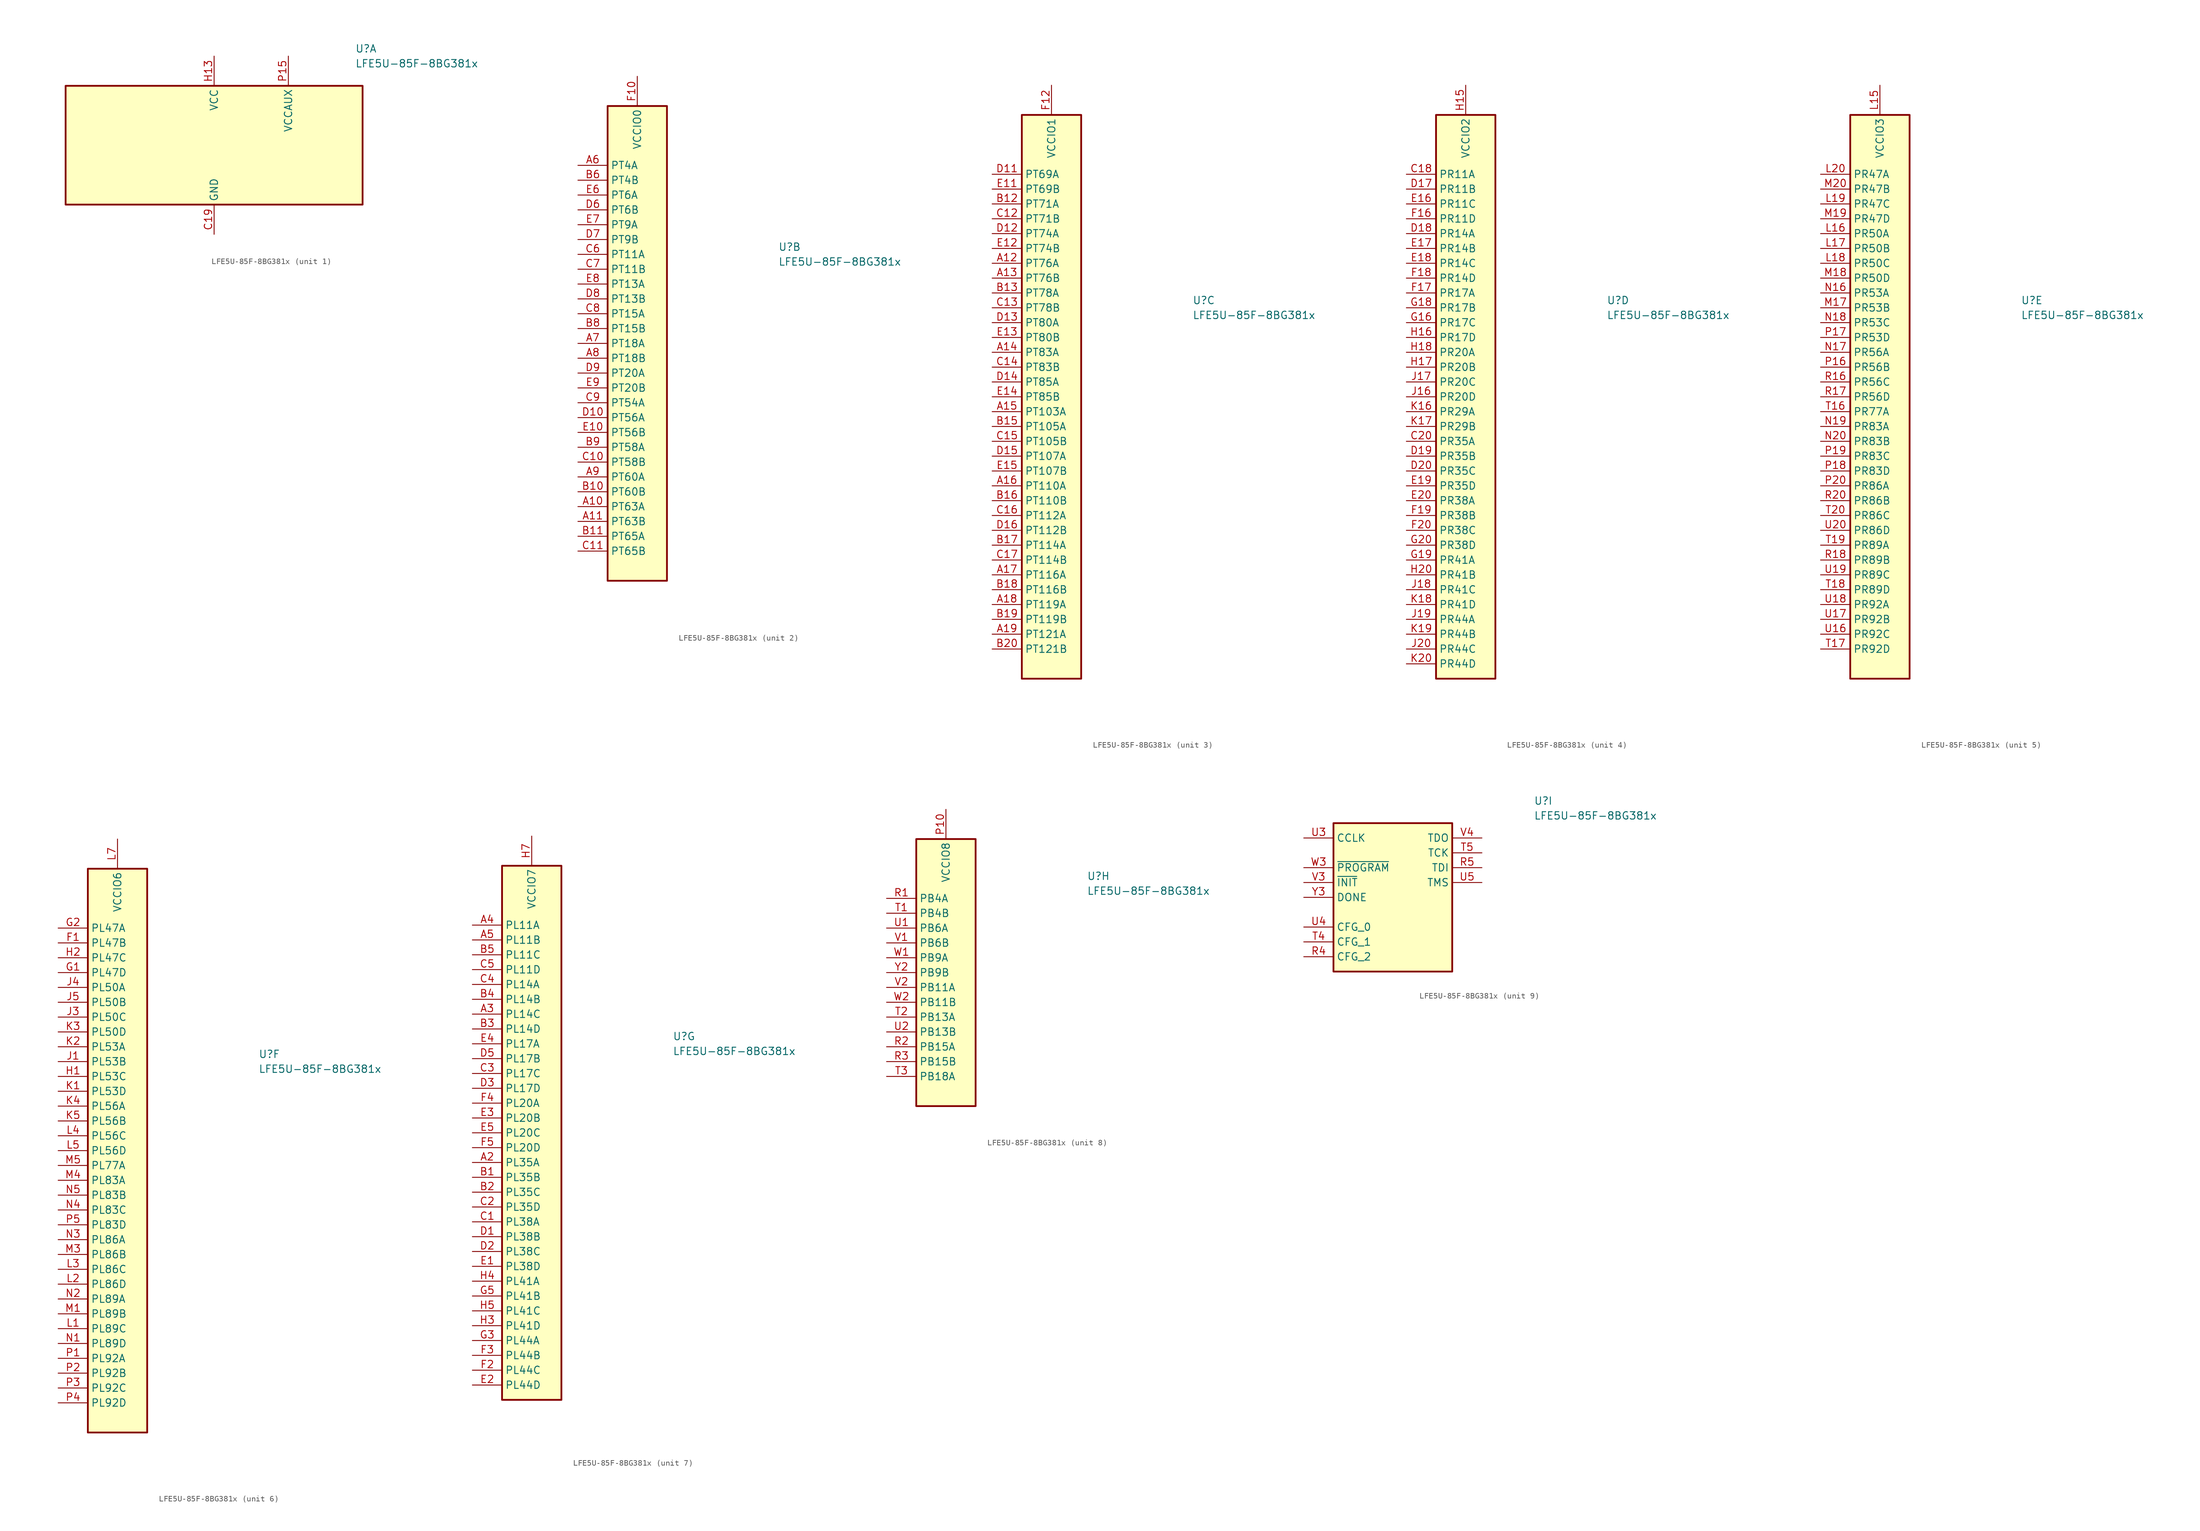
<source format=kicad_sym>
(kicad_symbol_lib
  (version 20200908)
  (generator kicad_symbol_editor)
  (symbol "FPGA_Lattice:LFE5U-85F-8BG381x"
    (property "Reference" "U"
      (at 24.13 16.51 0)
      (effects (font (size 1.27 1.27)) (justify left)))
    (property "Value" "LFE5U-85F-8BG381x"
      (at 24.13 13.97 0)
      (effects (font (size 1.27 1.27)) (justify left)))
    (property "ki_locked" ""
      (at 0 0 0)
      (effects (font (size 1.27 1.27))))
    (symbol "LFE5U-85F-8BG381x_1_1"
      (rectangle (start -25.4 10.16) (end 25.4 -10.16) (stroke (width 0.305)) (fill (type background)))
      (pin passive line (at 0 -15.24 90) (length 5.08) hide (name "GND" (effects (font (size 1.27 1.27)))) (number "U10" (effects (font (size 1.27 1.27)))))
      (pin passive line (at 0 -15.24 90) (length 5.08) hide (name "GND" (effects (font (size 1.27 1.27)))) (number "U11" (effects (font (size 1.27 1.27)))))
      (pin passive line (at 0 -15.24 90) (length 5.08) hide (name "GND" (effects (font (size 1.27 1.27)))) (number "U12" (effects (font (size 1.27 1.27)))))
      (pin passive line (at 0 -15.24 90) (length 5.08) hide (name "GND" (effects (font (size 1.27 1.27)))) (number "U13" (effects (font (size 1.27 1.27)))))
      (pin passive line (at 0 -15.24 90) (length 5.08) hide (name "GND" (effects (font (size 1.27 1.27)))) (number "U14" (effects (font (size 1.27 1.27)))))
      (pin passive line (at 0 -15.24 90) (length 5.08) hide (name "GND" (effects (font (size 1.27 1.27)))) (number "U7" (effects (font (size 1.27 1.27)))))
      (pin passive line (at 0 -15.24 90) (length 5.08) hide (name "GND" (effects (font (size 1.27 1.27)))) (number "U8" (effects (font (size 1.27 1.27)))))
      (pin passive line (at 0 -15.24 90) (length 5.08) hide (name "GND" (effects (font (size 1.27 1.27)))) (number "U9" (effects (font (size 1.27 1.27)))))
      (pin passive line (at 0 -15.24 90) (length 5.08) hide (name "GND" (effects (font (size 1.27 1.27)))) (number "V12" (effects (font (size 1.27 1.27)))))
      (pin passive line (at 0 -15.24 90) (length 5.08) hide (name "GND" (effects (font (size 1.27 1.27)))) (number "V13" (effects (font (size 1.27 1.27)))))
      (pin passive line (at 0 -15.24 90) (length 5.08) hide (name "GND" (effects (font (size 1.27 1.27)))) (number "V14" (effects (font (size 1.27 1.27)))))
      (pin passive line (at 0 -15.24 90) (length 5.08) hide (name "GND" (effects (font (size 1.27 1.27)))) (number "V15" (effects (font (size 1.27 1.27)))))
      (pin passive line (at 0 -15.24 90) (length 5.08) hide (name "GND" (effects (font (size 1.27 1.27)))) (number "V16" (effects (font (size 1.27 1.27)))))
      (pin passive line (at 0 -15.24 90) (length 5.08) hide (name "GND" (effects (font (size 1.27 1.27)))) (number "V19" (effects (font (size 1.27 1.27)))))
      (pin passive line (at 0 -15.24 90) (length 5.08) hide (name "GND" (effects (font (size 1.27 1.27)))) (number "V20" (effects (font (size 1.27 1.27)))))
      (pin passive line (at 0 -15.24 90) (length 5.08) hide (name "GND" (effects (font (size 1.27 1.27)))) (number "V5" (effects (font (size 1.27 1.27)))))
      (pin passive line (at 0 -15.24 90) (length 5.08) hide (name "GND" (effects (font (size 1.27 1.27)))) (number "V6" (effects (font (size 1.27 1.27)))))
      (pin passive line (at 0 -15.24 90) (length 5.08) hide (name "GND" (effects (font (size 1.27 1.27)))) (number "V7" (effects (font (size 1.27 1.27)))))
      (pin passive line (at 0 -15.24 90) (length 5.08) hide (name "GND" (effects (font (size 1.27 1.27)))) (number "V8" (effects (font (size 1.27 1.27)))))
      (pin passive line (at 0 -15.24 90) (length 5.08) hide (name "GND" (effects (font (size 1.27 1.27)))) (number "V9" (effects (font (size 1.27 1.27)))))
      (pin passive line (at 0 -15.24 90) (length 5.08) hide (name "GND" (effects (font (size 1.27 1.27)))) (number "W12" (effects (font (size 1.27 1.27)))))
      (pin passive line (at 0 -15.24 90) (length 5.08) hide (name "GND" (effects (font (size 1.27 1.27)))) (number "W15" (effects (font (size 1.27 1.27)))))
      (pin passive line (at 0 -15.24 90) (length 5.08) hide (name "GND" (effects (font (size 1.27 1.27)))) (number "W16" (effects (font (size 1.27 1.27)))))
      (pin passive line (at 0 -15.24 90) (length 5.08) hide (name "GND" (effects (font (size 1.27 1.27)))) (number "W19" (effects (font (size 1.27 1.27)))))
      (pin passive line (at 0 -15.24 90) (length 5.08) hide (name "GND" (effects (font (size 1.27 1.27)))) (number "W6" (effects (font (size 1.27 1.27)))))
      (pin passive line (at 0 -15.24 90) (length 5.08) hide (name "GND" (effects (font (size 1.27 1.27)))) (number "W7" (effects (font (size 1.27 1.27)))))
      (pin passive line (at 0 -15.24 90) (length 5.08) hide (name "GND" (effects (font (size 1.27 1.27)))) (number "B14" (effects (font (size 1.27 1.27)))))
      (pin passive line (at 0 -15.24 90) (length 5.08) hide (name "GND" (effects (font (size 1.27 1.27)))) (number "B7" (effects (font (size 1.27 1.27)))))
      (pin power_in line (at 0 -15.24 90) (length 5.08) (name "GND" (effects (font (size 1.27 1.27)))) (number "C19" (effects (font (size 1.27 1.27)))))
      (pin passive line (at 0 -15.24 90) (length 5.08) hide (name "GND" (effects (font (size 1.27 1.27)))) (number "D4" (effects (font (size 1.27 1.27)))))
      (pin passive line (at 0 -15.24 90) (length 5.08) hide (name "GND" (effects (font (size 1.27 1.27)))) (number "F13" (effects (font (size 1.27 1.27)))))
      (pin passive line (at 0 -15.24 90) (length 5.08) hide (name "GND" (effects (font (size 1.27 1.27)))) (number "F14" (effects (font (size 1.27 1.27)))))
      (pin passive line (at 12.7 15.24 270) (length 5.08) hide (name "VCCAUX" (effects (font (size 1.27 1.27)))) (number "F15" (effects (font (size 1.27 1.27)))))
      (pin passive line (at 12.7 15.24 270) (length 5.08) hide (name "VCCAUX" (effects (font (size 1.27 1.27)))) (number "F6" (effects (font (size 1.27 1.27)))))
      (pin passive line (at 0 -15.24 90) (length 5.08) hide (name "GND" (effects (font (size 1.27 1.27)))) (number "F7" (effects (font (size 1.27 1.27)))))
      (pin passive line (at 0 -15.24 90) (length 5.08) hide (name "GND" (effects (font (size 1.27 1.27)))) (number "F8" (effects (font (size 1.27 1.27)))))
      (pin passive line (at 0 -15.24 90) (length 5.08) hide (name "GND" (effects (font (size 1.27 1.27)))) (number "G10" (effects (font (size 1.27 1.27)))))
      (pin passive line (at 0 -15.24 90) (length 5.08) hide (name "GND" (effects (font (size 1.27 1.27)))) (number "G11" (effects (font (size 1.27 1.27)))))
      (pin passive line (at 0 -15.24 90) (length 5.08) hide (name "GND" (effects (font (size 1.27 1.27)))) (number "G12" (effects (font (size 1.27 1.27)))))
      (pin passive line (at 0 -15.24 90) (length 5.08) hide (name "GND" (effects (font (size 1.27 1.27)))) (number "G13" (effects (font (size 1.27 1.27)))))
      (pin passive line (at 0 -15.24 90) (length 5.08) hide (name "GND" (effects (font (size 1.27 1.27)))) (number "G14" (effects (font (size 1.27 1.27)))))
      (pin passive line (at 0 -15.24 90) (length 5.08) hide (name "GND" (effects (font (size 1.27 1.27)))) (number "G15" (effects (font (size 1.27 1.27)))))
      (pin passive line (at 0 -15.24 90) (length 5.08) hide (name "GND" (effects (font (size 1.27 1.27)))) (number "G17" (effects (font (size 1.27 1.27)))))
      (pin passive line (at 0 -15.24 90) (length 5.08) hide (name "GND" (effects (font (size 1.27 1.27)))) (number "G4" (effects (font (size 1.27 1.27)))))
      (pin passive line (at 0 -15.24 90) (length 5.08) hide (name "GND" (effects (font (size 1.27 1.27)))) (number "G6" (effects (font (size 1.27 1.27)))))
      (pin passive line (at 0 -15.24 90) (length 5.08) hide (name "GND" (effects (font (size 1.27 1.27)))) (number "G7" (effects (font (size 1.27 1.27)))))
      (pin passive line (at 0 -15.24 90) (length 5.08) hide (name "GND" (effects (font (size 1.27 1.27)))) (number "G8" (effects (font (size 1.27 1.27)))))
      (pin passive line (at 0 -15.24 90) (length 5.08) hide (name "GND" (effects (font (size 1.27 1.27)))) (number "G9" (effects (font (size 1.27 1.27)))))
      (pin passive line (at 0 15.24 270) (length 5.08) hide (name "VCC" (effects (font (size 1.27 1.27)))) (number "H10" (effects (font (size 1.27 1.27)))))
      (pin passive line (at 0 15.24 270) (length 5.08) hide (name "VCC" (effects (font (size 1.27 1.27)))) (number "H11" (effects (font (size 1.27 1.27)))))
      (pin passive line (at 0 15.24 270) (length 5.08) hide (name "VCC" (effects (font (size 1.27 1.27)))) (number "H12" (effects (font (size 1.27 1.27)))))
      (pin power_in line (at 0 15.24 270) (length 5.08) (name "VCC" (effects (font (size 1.27 1.27)))) (number "H13" (effects (font (size 1.27 1.27)))))
      (pin passive line (at 0 -15.24 90) (length 5.08) hide (name "GND" (effects (font (size 1.27 1.27)))) (number "H19" (effects (font (size 1.27 1.27)))))
      (pin passive line (at 0 15.24 270) (length 5.08) hide (name "VCC" (effects (font (size 1.27 1.27)))) (number "H8" (effects (font (size 1.27 1.27)))))
      (pin passive line (at 0 15.24 270) (length 5.08) hide (name "VCC" (effects (font (size 1.27 1.27)))) (number "H9" (effects (font (size 1.27 1.27)))))
      (pin passive line (at 0 -15.24 90) (length 5.08) hide (name "GND" (effects (font (size 1.27 1.27)))) (number "J10" (effects (font (size 1.27 1.27)))))
      (pin passive line (at 0 -15.24 90) (length 5.08) hide (name "GND" (effects (font (size 1.27 1.27)))) (number "J11" (effects (font (size 1.27 1.27)))))
      (pin passive line (at 0 -15.24 90) (length 5.08) hide (name "GND" (effects (font (size 1.27 1.27)))) (number "J12" (effects (font (size 1.27 1.27)))))
      (pin passive line (at 0 15.24 270) (length 5.08) hide (name "VCC" (effects (font (size 1.27 1.27)))) (number "J13" (effects (font (size 1.27 1.27)))))
      (pin passive line (at 0 -15.24 90) (length 5.08) hide (name "GND" (effects (font (size 1.27 1.27)))) (number "J14" (effects (font (size 1.27 1.27)))))
      (pin passive line (at 0 -15.24 90) (length 5.08) hide (name "GND" (effects (font (size 1.27 1.27)))) (number "J2" (effects (font (size 1.27 1.27)))))
      (pin passive line (at 0 -15.24 90) (length 5.08) hide (name "GND" (effects (font (size 1.27 1.27)))) (number "J7" (effects (font (size 1.27 1.27)))))
      (pin passive line (at 0 15.24 270) (length 5.08) hide (name "VCC" (effects (font (size 1.27 1.27)))) (number "J8" (effects (font (size 1.27 1.27)))))
      (pin passive line (at 0 -15.24 90) (length 5.08) hide (name "GND" (effects (font (size 1.27 1.27)))) (number "J9" (effects (font (size 1.27 1.27)))))
      (pin passive line (at 0 -15.24 90) (length 5.08) hide (name "GND" (effects (font (size 1.27 1.27)))) (number "K10" (effects (font (size 1.27 1.27)))))
      (pin passive line (at 0 -15.24 90) (length 5.08) hide (name "GND" (effects (font (size 1.27 1.27)))) (number "K11" (effects (font (size 1.27 1.27)))))
      (pin passive line (at 0 -15.24 90) (length 5.08) hide (name "GND" (effects (font (size 1.27 1.27)))) (number "K12" (effects (font (size 1.27 1.27)))))
      (pin passive line (at 0 15.24 270) (length 5.08) hide (name "VCC" (effects (font (size 1.27 1.27)))) (number "K13" (effects (font (size 1.27 1.27)))))
      (pin passive line (at 0 -15.24 90) (length 5.08) hide (name "GND" (effects (font (size 1.27 1.27)))) (number "K14" (effects (font (size 1.27 1.27)))))
      (pin passive line (at 0 -15.24 90) (length 5.08) hide (name "GND" (effects (font (size 1.27 1.27)))) (number "K15" (effects (font (size 1.27 1.27)))))
      (pin passive line (at 0 -15.24 90) (length 5.08) hide (name "GND" (effects (font (size 1.27 1.27)))) (number "K6" (effects (font (size 1.27 1.27)))))
      (pin passive line (at 0 -15.24 90) (length 5.08) hide (name "GND" (effects (font (size 1.27 1.27)))) (number "K7" (effects (font (size 1.27 1.27)))))
      (pin passive line (at 0 15.24 270) (length 5.08) hide (name "VCC" (effects (font (size 1.27 1.27)))) (number "K8" (effects (font (size 1.27 1.27)))))
      (pin passive line (at 0 -15.24 90) (length 5.08) hide (name "GND" (effects (font (size 1.27 1.27)))) (number "K9" (effects (font (size 1.27 1.27)))))
      (pin passive line (at 0 -15.24 90) (length 5.08) hide (name "GND" (effects (font (size 1.27 1.27)))) (number "L10" (effects (font (size 1.27 1.27)))))
      (pin passive line (at 0 -15.24 90) (length 5.08) hide (name "GND" (effects (font (size 1.27 1.27)))) (number "L11" (effects (font (size 1.27 1.27)))))
      (pin passive line (at 0 -15.24 90) (length 5.08) hide (name "GND" (effects (font (size 1.27 1.27)))) (number "L12" (effects (font (size 1.27 1.27)))))
      (pin passive line (at 0 15.24 270) (length 5.08) hide (name "VCC" (effects (font (size 1.27 1.27)))) (number "L13" (effects (font (size 1.27 1.27)))))
      (pin passive line (at 0 15.24 270) (length 5.08) hide (name "VCC" (effects (font (size 1.27 1.27)))) (number "L8" (effects (font (size 1.27 1.27)))))
      (pin passive line (at 0 -15.24 90) (length 5.08) hide (name "GND" (effects (font (size 1.27 1.27)))) (number "L9" (effects (font (size 1.27 1.27)))))
      (pin passive line (at 0 -15.24 90) (length 5.08) hide (name "GND" (effects (font (size 1.27 1.27)))) (number "M10" (effects (font (size 1.27 1.27)))))
      (pin passive line (at 0 -15.24 90) (length 5.08) hide (name "GND" (effects (font (size 1.27 1.27)))) (number "M11" (effects (font (size 1.27 1.27)))))
      (pin passive line (at 0 -15.24 90) (length 5.08) hide (name "GND" (effects (font (size 1.27 1.27)))) (number "M12" (effects (font (size 1.27 1.27)))))
      (pin passive line (at 0 15.24 270) (length 5.08) hide (name "VCC" (effects (font (size 1.27 1.27)))) (number "M13" (effects (font (size 1.27 1.27)))))
      (pin passive line (at 0 -15.24 90) (length 5.08) hide (name "GND" (effects (font (size 1.27 1.27)))) (number "M14" (effects (font (size 1.27 1.27)))))
      (pin passive line (at 0 -15.24 90) (length 5.08) hide (name "GND" (effects (font (size 1.27 1.27)))) (number "M16" (effects (font (size 1.27 1.27)))))
      (pin passive line (at 0 -15.24 90) (length 5.08) hide (name "GND" (effects (font (size 1.27 1.27)))) (number "M2" (effects (font (size 1.27 1.27)))))
      (pin passive line (at 0 -15.24 90) (length 5.08) hide (name "GND" (effects (font (size 1.27 1.27)))) (number "M7" (effects (font (size 1.27 1.27)))))
      (pin passive line (at 0 15.24 270) (length 5.08) hide (name "VCC" (effects (font (size 1.27 1.27)))) (number "M8" (effects (font (size 1.27 1.27)))))
      (pin passive line (at 0 -15.24 90) (length 5.08) hide (name "GND" (effects (font (size 1.27 1.27)))) (number "M9" (effects (font (size 1.27 1.27)))))
      (pin passive line (at 0 15.24 270) (length 5.08) hide (name "VCC" (effects (font (size 1.27 1.27)))) (number "N10" (effects (font (size 1.27 1.27)))))
      (pin passive line (at 0 15.24 270) (length 5.08) hide (name "VCC" (effects (font (size 1.27 1.27)))) (number "N11" (effects (font (size 1.27 1.27)))))
      (pin passive line (at 0 15.24 270) (length 5.08) hide (name "VCC" (effects (font (size 1.27 1.27)))) (number "N12" (effects (font (size 1.27 1.27)))))
      (pin passive line (at 0 15.24 270) (length 5.08) hide (name "VCC" (effects (font (size 1.27 1.27)))) (number "N13" (effects (font (size 1.27 1.27)))))
      (pin passive line (at 0 -15.24 90) (length 5.08) hide (name "GND" (effects (font (size 1.27 1.27)))) (number "N14" (effects (font (size 1.27 1.27)))))
      (pin passive line (at 0 -15.24 90) (length 5.08) hide (name "GND" (effects (font (size 1.27 1.27)))) (number "N15" (effects (font (size 1.27 1.27)))))
      (pin passive line (at 0 -15.24 90) (length 5.08) hide (name "GND" (effects (font (size 1.27 1.27)))) (number "N6" (effects (font (size 1.27 1.27)))))
      (pin passive line (at 0 -15.24 90) (length 5.08) hide (name "GND" (effects (font (size 1.27 1.27)))) (number "N7" (effects (font (size 1.27 1.27)))))
      (pin passive line (at 0 15.24 270) (length 5.08) hide (name "VCC" (effects (font (size 1.27 1.27)))) (number "N8" (effects (font (size 1.27 1.27)))))
      (pin passive line (at 0 15.24 270) (length 5.08) hide (name "VCC" (effects (font (size 1.27 1.27)))) (number "N9" (effects (font (size 1.27 1.27)))))
      (pin passive line (at 0 -15.24 90) (length 5.08) hide (name "GND" (effects (font (size 1.27 1.27)))) (number "P11" (effects (font (size 1.27 1.27)))))
      (pin passive line (at 0 -15.24 90) (length 5.08) hide (name "GND" (effects (font (size 1.27 1.27)))) (number "P12" (effects (font (size 1.27 1.27)))))
      (pin passive line (at 0 -15.24 90) (length 5.08) hide (name "GND" (effects (font (size 1.27 1.27)))) (number "P13" (effects (font (size 1.27 1.27)))))
      (pin passive line (at 0 -15.24 90) (length 5.08) hide (name "GND" (effects (font (size 1.27 1.27)))) (number "P14" (effects (font (size 1.27 1.27)))))
      (pin power_in line (at 12.7 15.24 270) (length 5.08) (name "VCCAUX" (effects (font (size 1.27 1.27)))) (number "P15" (effects (font (size 1.27 1.27)))))
      (pin passive line (at 12.7 15.24 270) (length 5.08) hide (name "VCCAUX" (effects (font (size 1.27 1.27)))) (number "P6" (effects (font (size 1.27 1.27)))))
      (pin passive line (at 0 -15.24 90) (length 5.08) hide (name "GND" (effects (font (size 1.27 1.27)))) (number "P7" (effects (font (size 1.27 1.27)))))
      (pin passive line (at 0 -15.24 90) (length 5.08) hide (name "GND" (effects (font (size 1.27 1.27)))) (number "P8" (effects (font (size 1.27 1.27)))))
      (pin passive line (at 0 -15.24 90) (length 5.08) hide (name "GND" (effects (font (size 1.27 1.27)))) (number "R19" (effects (font (size 1.27 1.27)))))
      (pin passive line (at 0 -15.24 90) (length 5.08) hide (name "GND" (effects (font (size 1.27 1.27)))) (number "T10" (effects (font (size 1.27 1.27)))))
      (pin passive line (at 0 -15.24 90) (length 5.08) hide (name "GND" (effects (font (size 1.27 1.27)))) (number "T11" (effects (font (size 1.27 1.27)))))
      (pin passive line (at 0 -15.24 90) (length 5.08) hide (name "GND" (effects (font (size 1.27 1.27)))) (number "T12" (effects (font (size 1.27 1.27)))))
      (pin passive line (at 0 -15.24 90) (length 5.08) hide (name "GND" (effects (font (size 1.27 1.27)))) (number "T13" (effects (font (size 1.27 1.27)))))
      (pin passive line (at 0 -15.24 90) (length 5.08) hide (name "GND" (effects (font (size 1.27 1.27)))) (number "T14" (effects (font (size 1.27 1.27)))))
      (pin passive line (at 0 -15.24 90) (length 5.08) hide (name "GND" (effects (font (size 1.27 1.27)))) (number "T15" (effects (font (size 1.27 1.27)))))
      (pin passive line (at 0 -15.24 90) (length 5.08) hide (name "GND" (effects (font (size 1.27 1.27)))) (number "T6" (effects (font (size 1.27 1.27)))))
      (pin passive line (at 0 -15.24 90) (length 5.08) hide (name "GND" (effects (font (size 1.27 1.27)))) (number "T7" (effects (font (size 1.27 1.27)))))
      (pin passive line (at 0 -15.24 90) (length 5.08) hide (name "GND" (effects (font (size 1.27 1.27)))) (number "T8" (effects (font (size 1.27 1.27)))))
      (pin passive line (at 0 -15.24 90) (length 5.08) hide (name "GND" (effects (font (size 1.27 1.27)))) (number "T9" (effects (font (size 1.27 1.27)))))
      (pin passive line (at 0 -15.24 90) (length 5.08) hide (name "GND" (effects (font (size 1.27 1.27)))) (number "U15" (effects (font (size 1.27 1.27)))))
      (pin passive line (at 0 -15.24 90) (length 5.08) hide (name "GND" (effects (font (size 1.27 1.27)))) (number "U6" (effects (font (size 1.27 1.27)))))
      (pin passive line (at 0 -15.24 90) (length 5.08) hide (name "GND" (effects (font (size 1.27 1.27)))) (number "V10" (effects (font (size 1.27 1.27)))))
      (pin passive line (at 0 -15.24 90) (length 5.08) hide (name "GND" (effects (font (size 1.27 1.27)))) (number "V11" (effects (font (size 1.27 1.27)))))
      (pin passive line (at 0 -15.24 90) (length 5.08) hide (name "GND" (effects (font (size 1.27 1.27)))) (number "V17" (effects (font (size 1.27 1.27)))))
      (pin passive line (at 0 -15.24 90) (length 5.08) hide (name "GND" (effects (font (size 1.27 1.27)))) (number "V18" (effects (font (size 1.27 1.27)))))
      (pin unconnected line (at 25.4 -5.08 180) (length 5.08) hide (name "RESERVED" (effects (font (size 1.27 1.27)))) (number "W13" (effects (font (size 1.27 1.27)))))
      (pin unconnected line (at 25.4 -2.54 180) (length 5.08) hide (name "RESERVED" (effects (font (size 1.27 1.27)))) (number "W14" (effects (font (size 1.27 1.27)))))
      (pin unconnected line (at 25.4 0 180) (length 5.08) hide (name "RESERVED" (effects (font (size 1.27 1.27)))) (number "W17" (effects (font (size 1.27 1.27)))))
      (pin unconnected line (at 25.4 2.54 180) (length 5.08) hide (name "RESERVED" (effects (font (size 1.27 1.27)))) (number "W18" (effects (font (size 1.27 1.27)))))
      (pin passive line (at 0 -15.24 90) (length 5.08) hide (name "GND" (effects (font (size 1.27 1.27)))) (number "W20" (effects (font (size 1.27 1.27)))))
      (pin unconnected line (at -25.4 2.54 0) (length 5.08) hide (name "RESERVED" (effects (font (size 1.27 1.27)))) (number "W4" (effects (font (size 1.27 1.27)))))
      (pin unconnected line (at -25.4 0 0) (length 5.08) hide (name "RESERVED" (effects (font (size 1.27 1.27)))) (number "W5" (effects (font (size 1.27 1.27)))))
      (pin unconnected line (at -25.4 -2.54 0) (length 5.08) hide (name "RESERVED" (effects (font (size 1.27 1.27)))) (number "W8" (effects (font (size 1.27 1.27)))))
      (pin unconnected line (at -25.4 -5.08 0) (length 5.08) hide (name "RESERVED" (effects (font (size 1.27 1.27)))) (number "W9" (effects (font (size 1.27 1.27)))))
      (pin passive line (at 0 -15.24 90) (length 5.08) hide (name "GND" (effects (font (size 1.27 1.27)))) (number "Y11" (effects (font (size 1.27 1.27)))))
      (pin passive line (at 0 -15.24 90) (length 5.08) hide (name "GND" (effects (font (size 1.27 1.27)))) (number "Y12" (effects (font (size 1.27 1.27)))))
      (pin passive line (at 0 -15.24 90) (length 5.08) hide (name "GND" (effects (font (size 1.27 1.27)))) (number "Y14" (effects (font (size 1.27 1.27)))))
      (pin passive line (at 0 -15.24 90) (length 5.08) hide (name "GND" (effects (font (size 1.27 1.27)))) (number "Y15" (effects (font (size 1.27 1.27)))))
      (pin passive line (at 0 -15.24 90) (length 5.08) hide (name "GND" (effects (font (size 1.27 1.27)))) (number "Y16" (effects (font (size 1.27 1.27)))))
      (pin passive line (at 0 -15.24 90) (length 5.08) hide (name "GND" (effects (font (size 1.27 1.27)))) (number "Y17" (effects (font (size 1.27 1.27)))))
      (pin passive line (at 0 -15.24 90) (length 5.08) hide (name "GND" (effects (font (size 1.27 1.27)))) (number "Y19" (effects (font (size 1.27 1.27)))))
      (pin passive line (at 0 -15.24 90) (length 5.08) hide (name "GND" (effects (font (size 1.27 1.27)))) (number "Y5" (effects (font (size 1.27 1.27)))))
      (pin passive line (at 0 -15.24 90) (length 5.08) hide (name "GND" (effects (font (size 1.27 1.27)))) (number "Y6" (effects (font (size 1.27 1.27)))))
      (pin passive line (at 0 -15.24 90) (length 5.08) hide (name "GND" (effects (font (size 1.27 1.27)))) (number "Y7" (effects (font (size 1.27 1.27)))))
      (pin passive line (at 0 -15.24 90) (length 5.08) hide (name "GND" (effects (font (size 1.27 1.27)))) (number "Y8" (effects (font (size 1.27 1.27))))))
    (symbol "LFE5U-85F-8BG381x_2_1"
      (rectangle (start -5.08 40.64) (end 5.08 -40.64) (stroke (width 0.305)) (fill (type background)))
      (pin bidirectional line (at -10.16 -27.94 0) (length 5.08) (name "PT63A" (effects (font (size 1.27 1.27)))) (number "A10" (effects (font (size 1.27 1.27)))))
      (pin bidirectional line (at -10.16 -30.48 0) (length 5.08) (name "PT63B" (effects (font (size 1.27 1.27)))) (number "A11" (effects (font (size 1.27 1.27)))))
      (pin bidirectional line (at -10.16 30.48 0) (length 5.08) (name "PT4A" (effects (font (size 1.27 1.27)))) (number "A6" (effects (font (size 1.27 1.27)))))
      (pin bidirectional line (at -10.16 0 0) (length 5.08) (name "PT18A" (effects (font (size 1.27 1.27)))) (number "A7" (effects (font (size 1.27 1.27)))))
      (pin bidirectional line (at -10.16 -2.54 0) (length 5.08) (name "PT18B" (effects (font (size 1.27 1.27)))) (number "A8" (effects (font (size 1.27 1.27)))))
      (pin bidirectional line (at -10.16 -22.86 0) (length 5.08) (name "PT60A" (effects (font (size 1.27 1.27)))) (number "A9" (effects (font (size 1.27 1.27)))))
      (pin bidirectional line (at -10.16 -25.4 0) (length 5.08) (name "PT60B" (effects (font (size 1.27 1.27)))) (number "B10" (effects (font (size 1.27 1.27)))))
      (pin bidirectional line (at -10.16 -33.02 0) (length 5.08) (name "PT65A" (effects (font (size 1.27 1.27)))) (number "B11" (effects (font (size 1.27 1.27)))))
      (pin bidirectional line (at -10.16 27.94 0) (length 5.08) (name "PT4B" (effects (font (size 1.27 1.27)))) (number "B6" (effects (font (size 1.27 1.27)))))
      (pin bidirectional line (at -10.16 2.54 0) (length 5.08) (name "PT15B" (effects (font (size 1.27 1.27)))) (number "B8" (effects (font (size 1.27 1.27)))))
      (pin bidirectional line (at -10.16 -17.78 0) (length 5.08) (name "PT58A" (effects (font (size 1.27 1.27)))) (number "B9" (effects (font (size 1.27 1.27)))))
      (pin bidirectional line (at -10.16 -20.32 0) (length 5.08) (name "PT58B" (effects (font (size 1.27 1.27)))) (number "C10" (effects (font (size 1.27 1.27)))))
      (pin bidirectional line (at -10.16 -35.56 0) (length 5.08) (name "PT65B" (effects (font (size 1.27 1.27)))) (number "C11" (effects (font (size 1.27 1.27)))))
      (pin bidirectional line (at -10.16 15.24 0) (length 5.08) (name "PT11A" (effects (font (size 1.27 1.27)))) (number "C6" (effects (font (size 1.27 1.27)))))
      (pin bidirectional line (at -10.16 12.7 0) (length 5.08) (name "PT11B" (effects (font (size 1.27 1.27)))) (number "C7" (effects (font (size 1.27 1.27)))))
      (pin bidirectional line (at -10.16 5.08 0) (length 5.08) (name "PT15A" (effects (font (size 1.27 1.27)))) (number "C8" (effects (font (size 1.27 1.27)))))
      (pin bidirectional line (at -10.16 -10.16 0) (length 5.08) (name "PT54A" (effects (font (size 1.27 1.27)))) (number "C9" (effects (font (size 1.27 1.27)))))
      (pin bidirectional line (at -10.16 -12.7 0) (length 5.08) (name "PT56A" (effects (font (size 1.27 1.27)))) (number "D10" (effects (font (size 1.27 1.27)))))
      (pin bidirectional line (at -10.16 22.86 0) (length 5.08) (name "PT6B" (effects (font (size 1.27 1.27)))) (number "D6" (effects (font (size 1.27 1.27)))))
      (pin bidirectional line (at -10.16 17.78 0) (length 5.08) (name "PT9B" (effects (font (size 1.27 1.27)))) (number "D7" (effects (font (size 1.27 1.27)))))
      (pin bidirectional line (at -10.16 7.62 0) (length 5.08) (name "PT13B" (effects (font (size 1.27 1.27)))) (number "D8" (effects (font (size 1.27 1.27)))))
      (pin bidirectional line (at -10.16 -5.08 0) (length 5.08) (name "PT20A" (effects (font (size 1.27 1.27)))) (number "D9" (effects (font (size 1.27 1.27)))))
      (pin bidirectional line (at -10.16 -15.24 0) (length 5.08) (name "PT56B" (effects (font (size 1.27 1.27)))) (number "E10" (effects (font (size 1.27 1.27)))))
      (pin bidirectional line (at -10.16 25.4 0) (length 5.08) (name "PT6A" (effects (font (size 1.27 1.27)))) (number "E6" (effects (font (size 1.27 1.27)))))
      (pin bidirectional line (at -10.16 20.32 0) (length 5.08) (name "PT9A" (effects (font (size 1.27 1.27)))) (number "E7" (effects (font (size 1.27 1.27)))))
      (pin bidirectional line (at -10.16 10.16 0) (length 5.08) (name "PT13A" (effects (font (size 1.27 1.27)))) (number "E8" (effects (font (size 1.27 1.27)))))
      (pin bidirectional line (at -10.16 -7.62 0) (length 5.08) (name "PT20B" (effects (font (size 1.27 1.27)))) (number "E9" (effects (font (size 1.27 1.27)))))
      (pin power_in line (at 0 45.72 270) (length 5.08) (name "VCCIO0" (effects (font (size 1.27 1.27)))) (number "F10" (effects (font (size 1.27 1.27)))))
      (pin passive line (at 0 45.72 270) (length 5.08) hide (name "VCCIO0" (effects (font (size 1.27 1.27)))) (number "F9" (effects (font (size 1.27 1.27))))))
    (symbol "LFE5U-85F-8BG381x_3_1"
      (rectangle (start -5.08 48.26) (end 5.08 -48.26) (stroke (width 0.305)) (fill (type background)))
      (pin bidirectional line (at -10.16 22.86 0) (length 5.08) (name "PT76A" (effects (font (size 1.27 1.27)))) (number "A12" (effects (font (size 1.27 1.27)))))
      (pin bidirectional line (at -10.16 20.32 0) (length 5.08) (name "PT76B" (effects (font (size 1.27 1.27)))) (number "A13" (effects (font (size 1.27 1.27)))))
      (pin bidirectional line (at -10.16 7.62 0) (length 5.08) (name "PT83A" (effects (font (size 1.27 1.27)))) (number "A14" (effects (font (size 1.27 1.27)))))
      (pin bidirectional line (at -10.16 -2.54 0) (length 5.08) (name "PT103A" (effects (font (size 1.27 1.27)))) (number "A15" (effects (font (size 1.27 1.27)))))
      (pin bidirectional line (at -10.16 -15.24 0) (length 5.08) (name "PT110A" (effects (font (size 1.27 1.27)))) (number "A16" (effects (font (size 1.27 1.27)))))
      (pin bidirectional line (at -10.16 -30.48 0) (length 5.08) (name "PT116A" (effects (font (size 1.27 1.27)))) (number "A17" (effects (font (size 1.27 1.27)))))
      (pin bidirectional line (at -10.16 -35.56 0) (length 5.08) (name "PT119A" (effects (font (size 1.27 1.27)))) (number "A18" (effects (font (size 1.27 1.27)))))
      (pin bidirectional line (at -10.16 -40.64 0) (length 5.08) (name "PT121A" (effects (font (size 1.27 1.27)))) (number "A19" (effects (font (size 1.27 1.27)))))
      (pin bidirectional line (at -10.16 33.02 0) (length 5.08) (name "PT71A" (effects (font (size 1.27 1.27)))) (number "B12" (effects (font (size 1.27 1.27)))))
      (pin bidirectional line (at -10.16 17.78 0) (length 5.08) (name "PT78A" (effects (font (size 1.27 1.27)))) (number "B13" (effects (font (size 1.27 1.27)))))
      (pin bidirectional line (at -10.16 -5.08 0) (length 5.08) (name "PT105A" (effects (font (size 1.27 1.27)))) (number "B15" (effects (font (size 1.27 1.27)))))
      (pin bidirectional line (at -10.16 -17.78 0) (length 5.08) (name "PT110B" (effects (font (size 1.27 1.27)))) (number "B16" (effects (font (size 1.27 1.27)))))
      (pin bidirectional line (at -10.16 -25.4 0) (length 5.08) (name "PT114A" (effects (font (size 1.27 1.27)))) (number "B17" (effects (font (size 1.27 1.27)))))
      (pin bidirectional line (at -10.16 -33.02 0) (length 5.08) (name "PT116B" (effects (font (size 1.27 1.27)))) (number "B18" (effects (font (size 1.27 1.27)))))
      (pin bidirectional line (at -10.16 -38.1 0) (length 5.08) (name "PT119B" (effects (font (size 1.27 1.27)))) (number "B19" (effects (font (size 1.27 1.27)))))
      (pin bidirectional line (at -10.16 -43.18 0) (length 5.08) (name "PT121B" (effects (font (size 1.27 1.27)))) (number "B20" (effects (font (size 1.27 1.27)))))
      (pin bidirectional line (at -10.16 30.48 0) (length 5.08) (name "PT71B" (effects (font (size 1.27 1.27)))) (number "C12" (effects (font (size 1.27 1.27)))))
      (pin bidirectional line (at -10.16 15.24 0) (length 5.08) (name "PT78B" (effects (font (size 1.27 1.27)))) (number "C13" (effects (font (size 1.27 1.27)))))
      (pin bidirectional line (at -10.16 5.08 0) (length 5.08) (name "PT83B" (effects (font (size 1.27 1.27)))) (number "C14" (effects (font (size 1.27 1.27)))))
      (pin bidirectional line (at -10.16 -7.62 0) (length 5.08) (name "PT105B" (effects (font (size 1.27 1.27)))) (number "C15" (effects (font (size 1.27 1.27)))))
      (pin bidirectional line (at -10.16 -20.32 0) (length 5.08) (name "PT112A" (effects (font (size 1.27 1.27)))) (number "C16" (effects (font (size 1.27 1.27)))))
      (pin bidirectional line (at -10.16 -27.94 0) (length 5.08) (name "PT114B" (effects (font (size 1.27 1.27)))) (number "C17" (effects (font (size 1.27 1.27)))))
      (pin bidirectional line (at -10.16 38.1 0) (length 5.08) (name "PT69A" (effects (font (size 1.27 1.27)))) (number "D11" (effects (font (size 1.27 1.27)))))
      (pin bidirectional line (at -10.16 27.94 0) (length 5.08) (name "PT74A" (effects (font (size 1.27 1.27)))) (number "D12" (effects (font (size 1.27 1.27)))))
      (pin bidirectional line (at -10.16 12.7 0) (length 5.08) (name "PT80A" (effects (font (size 1.27 1.27)))) (number "D13" (effects (font (size 1.27 1.27)))))
      (pin bidirectional line (at -10.16 2.54 0) (length 5.08) (name "PT85A" (effects (font (size 1.27 1.27)))) (number "D14" (effects (font (size 1.27 1.27)))))
      (pin bidirectional line (at -10.16 -10.16 0) (length 5.08) (name "PT107A" (effects (font (size 1.27 1.27)))) (number "D15" (effects (font (size 1.27 1.27)))))
      (pin bidirectional line (at -10.16 -22.86 0) (length 5.08) (name "PT112B" (effects (font (size 1.27 1.27)))) (number "D16" (effects (font (size 1.27 1.27)))))
      (pin bidirectional line (at -10.16 35.56 0) (length 5.08) (name "PT69B" (effects (font (size 1.27 1.27)))) (number "E11" (effects (font (size 1.27 1.27)))))
      (pin bidirectional line (at -10.16 25.4 0) (length 5.08) (name "PT74B" (effects (font (size 1.27 1.27)))) (number "E12" (effects (font (size 1.27 1.27)))))
      (pin bidirectional line (at -10.16 10.16 0) (length 5.08) (name "PT80B" (effects (font (size 1.27 1.27)))) (number "E13" (effects (font (size 1.27 1.27)))))
      (pin bidirectional line (at -10.16 0 0) (length 5.08) (name "PT85B" (effects (font (size 1.27 1.27)))) (number "E14" (effects (font (size 1.27 1.27)))))
      (pin bidirectional line (at -10.16 -12.7 0) (length 5.08) (name "PT107B" (effects (font (size 1.27 1.27)))) (number "E15" (effects (font (size 1.27 1.27)))))
      (pin passive line (at 0 53.34 270) (length 5.08) hide (name "VCCIO1" (effects (font (size 1.27 1.27)))) (number "F11" (effects (font (size 1.27 1.27)))))
      (pin power_in line (at 0 53.34 270) (length 5.08) (name "VCCIO1" (effects (font (size 1.27 1.27)))) (number "F12" (effects (font (size 1.27 1.27))))))
    (symbol "LFE5U-85F-8BG381x_4_1"
      (rectangle (start -5.08 48.26) (end 5.08 -48.26) (stroke (width 0.305)) (fill (type background)))
      (pin bidirectional line (at -10.16 38.1 0) (length 5.08) (name "PR11A" (effects (font (size 1.27 1.27)))) (number "C18" (effects (font (size 1.27 1.27)))))
      (pin bidirectional line (at -10.16 -7.62 0) (length 5.08) (name "PR35A" (effects (font (size 1.27 1.27)))) (number "C20" (effects (font (size 1.27 1.27)))))
      (pin bidirectional line (at -10.16 35.56 0) (length 5.08) (name "PR11B" (effects (font (size 1.27 1.27)))) (number "D17" (effects (font (size 1.27 1.27)))))
      (pin bidirectional line (at -10.16 27.94 0) (length 5.08) (name "PR14A" (effects (font (size 1.27 1.27)))) (number "D18" (effects (font (size 1.27 1.27)))))
      (pin bidirectional line (at -10.16 -10.16 0) (length 5.08) (name "PR35B" (effects (font (size 1.27 1.27)))) (number "D19" (effects (font (size 1.27 1.27)))))
      (pin bidirectional line (at -10.16 -12.7 0) (length 5.08) (name "PR35C" (effects (font (size 1.27 1.27)))) (number "D20" (effects (font (size 1.27 1.27)))))
      (pin bidirectional line (at -10.16 33.02 0) (length 5.08) (name "PR11C" (effects (font (size 1.27 1.27)))) (number "E16" (effects (font (size 1.27 1.27)))))
      (pin bidirectional line (at -10.16 25.4 0) (length 5.08) (name "PR14B" (effects (font (size 1.27 1.27)))) (number "E17" (effects (font (size 1.27 1.27)))))
      (pin bidirectional line (at -10.16 22.86 0) (length 5.08) (name "PR14C" (effects (font (size 1.27 1.27)))) (number "E18" (effects (font (size 1.27 1.27)))))
      (pin bidirectional line (at -10.16 -15.24 0) (length 5.08) (name "PR35D" (effects (font (size 1.27 1.27)))) (number "E19" (effects (font (size 1.27 1.27)))))
      (pin bidirectional line (at -10.16 -17.78 0) (length 5.08) (name "PR38A" (effects (font (size 1.27 1.27)))) (number "E20" (effects (font (size 1.27 1.27)))))
      (pin bidirectional line (at -10.16 30.48 0) (length 5.08) (name "PR11D" (effects (font (size 1.27 1.27)))) (number "F16" (effects (font (size 1.27 1.27)))))
      (pin bidirectional line (at -10.16 17.78 0) (length 5.08) (name "PR17A" (effects (font (size 1.27 1.27)))) (number "F17" (effects (font (size 1.27 1.27)))))
      (pin bidirectional line (at -10.16 20.32 0) (length 5.08) (name "PR14D" (effects (font (size 1.27 1.27)))) (number "F18" (effects (font (size 1.27 1.27)))))
      (pin bidirectional line (at -10.16 -20.32 0) (length 5.08) (name "PR38B" (effects (font (size 1.27 1.27)))) (number "F19" (effects (font (size 1.27 1.27)))))
      (pin bidirectional line (at -10.16 -22.86 0) (length 5.08) (name "PR38C" (effects (font (size 1.27 1.27)))) (number "F20" (effects (font (size 1.27 1.27)))))
      (pin bidirectional line (at -10.16 12.7 0) (length 5.08) (name "PR17C" (effects (font (size 1.27 1.27)))) (number "G16" (effects (font (size 1.27 1.27)))))
      (pin bidirectional line (at -10.16 15.24 0) (length 5.08) (name "PR17B" (effects (font (size 1.27 1.27)))) (number "G18" (effects (font (size 1.27 1.27)))))
      (pin bidirectional line (at -10.16 -27.94 0) (length 5.08) (name "PR41A" (effects (font (size 1.27 1.27)))) (number "G19" (effects (font (size 1.27 1.27)))))
      (pin bidirectional line (at -10.16 -25.4 0) (length 5.08) (name "PR38D" (effects (font (size 1.27 1.27)))) (number "G20" (effects (font (size 1.27 1.27)))))
      (pin passive line (at 0 53.34 270) (length 5.08) hide (name "VCCIO2" (effects (font (size 1.27 1.27)))) (number "H14" (effects (font (size 1.27 1.27)))))
      (pin power_in line (at 0 53.34 270) (length 5.08) (name "VCCIO2" (effects (font (size 1.27 1.27)))) (number "H15" (effects (font (size 1.27 1.27)))))
      (pin bidirectional line (at -10.16 10.16 0) (length 5.08) (name "PR17D" (effects (font (size 1.27 1.27)))) (number "H16" (effects (font (size 1.27 1.27)))))
      (pin bidirectional line (at -10.16 5.08 0) (length 5.08) (name "PR20B" (effects (font (size 1.27 1.27)))) (number "H17" (effects (font (size 1.27 1.27)))))
      (pin bidirectional line (at -10.16 7.62 0) (length 5.08) (name "PR20A" (effects (font (size 1.27 1.27)))) (number "H18" (effects (font (size 1.27 1.27)))))
      (pin bidirectional line (at -10.16 -30.48 0) (length 5.08) (name "PR41B" (effects (font (size 1.27 1.27)))) (number "H20" (effects (font (size 1.27 1.27)))))
      (pin passive line (at 0 53.34 270) (length 5.08) hide (name "VCCIO2" (effects (font (size 1.27 1.27)))) (number "J15" (effects (font (size 1.27 1.27)))))
      (pin bidirectional line (at -10.16 0 0) (length 5.08) (name "PR20D" (effects (font (size 1.27 1.27)))) (number "J16" (effects (font (size 1.27 1.27)))))
      (pin bidirectional line (at -10.16 2.54 0) (length 5.08) (name "PR20C" (effects (font (size 1.27 1.27)))) (number "J17" (effects (font (size 1.27 1.27)))))
      (pin bidirectional line (at -10.16 -33.02 0) (length 5.08) (name "PR41C" (effects (font (size 1.27 1.27)))) (number "J18" (effects (font (size 1.27 1.27)))))
      (pin bidirectional line (at -10.16 -38.1 0) (length 5.08) (name "PR44A" (effects (font (size 1.27 1.27)))) (number "J19" (effects (font (size 1.27 1.27)))))
      (pin bidirectional line (at -10.16 -43.18 0) (length 5.08) (name "PR44C" (effects (font (size 1.27 1.27)))) (number "J20" (effects (font (size 1.27 1.27)))))
      (pin bidirectional line (at -10.16 -2.54 0) (length 5.08) (name "PR29A" (effects (font (size 1.27 1.27)))) (number "K16" (effects (font (size 1.27 1.27)))))
      (pin bidirectional line (at -10.16 -5.08 0) (length 5.08) (name "PR29B" (effects (font (size 1.27 1.27)))) (number "K17" (effects (font (size 1.27 1.27)))))
      (pin bidirectional line (at -10.16 -35.56 0) (length 5.08) (name "PR41D" (effects (font (size 1.27 1.27)))) (number "K18" (effects (font (size 1.27 1.27)))))
      (pin bidirectional line (at -10.16 -40.64 0) (length 5.08) (name "PR44B" (effects (font (size 1.27 1.27)))) (number "K19" (effects (font (size 1.27 1.27)))))
      (pin bidirectional line (at -10.16 -45.72 0) (length 5.08) (name "PR44D" (effects (font (size 1.27 1.27)))) (number "K20" (effects (font (size 1.27 1.27))))))
    (symbol "LFE5U-85F-8BG381x_5_1"
      (rectangle (start -5.08 48.26) (end 5.08 -48.26) (stroke (width 0.305)) (fill (type background)))
      (pin passive line (at 0 53.34 270) (length 5.08) hide (name "VCCIO3" (effects (font (size 1.27 1.27)))) (number "L14" (effects (font (size 1.27 1.27)))))
      (pin power_in line (at 0 53.34 270) (length 5.08) (name "VCCIO3" (effects (font (size 1.27 1.27)))) (number "L15" (effects (font (size 1.27 1.27)))))
      (pin bidirectional line (at -10.16 27.94 0) (length 5.08) (name "PR50A" (effects (font (size 1.27 1.27)))) (number "L16" (effects (font (size 1.27 1.27)))))
      (pin bidirectional line (at -10.16 25.4 0) (length 5.08) (name "PR50B" (effects (font (size 1.27 1.27)))) (number "L17" (effects (font (size 1.27 1.27)))))
      (pin bidirectional line (at -10.16 22.86 0) (length 5.08) (name "PR50C" (effects (font (size 1.27 1.27)))) (number "L18" (effects (font (size 1.27 1.27)))))
      (pin bidirectional line (at -10.16 33.02 0) (length 5.08) (name "PR47C" (effects (font (size 1.27 1.27)))) (number "L19" (effects (font (size 1.27 1.27)))))
      (pin bidirectional line (at -10.16 38.1 0) (length 5.08) (name "PR47A" (effects (font (size 1.27 1.27)))) (number "L20" (effects (font (size 1.27 1.27)))))
      (pin passive line (at 0 53.34 270) (length 5.08) hide (name "VCCIO3" (effects (font (size 1.27 1.27)))) (number "M15" (effects (font (size 1.27 1.27)))))
      (pin bidirectional line (at -10.16 15.24 0) (length 5.08) (name "PR53B" (effects (font (size 1.27 1.27)))) (number "M17" (effects (font (size 1.27 1.27)))))
      (pin bidirectional line (at -10.16 20.32 0) (length 5.08) (name "PR50D" (effects (font (size 1.27 1.27)))) (number "M18" (effects (font (size 1.27 1.27)))))
      (pin bidirectional line (at -10.16 30.48 0) (length 5.08) (name "PR47D" (effects (font (size 1.27 1.27)))) (number "M19" (effects (font (size 1.27 1.27)))))
      (pin bidirectional line (at -10.16 35.56 0) (length 5.08) (name "PR47B" (effects (font (size 1.27 1.27)))) (number "M20" (effects (font (size 1.27 1.27)))))
      (pin bidirectional line (at -10.16 17.78 0) (length 5.08) (name "PR53A" (effects (font (size 1.27 1.27)))) (number "N16" (effects (font (size 1.27 1.27)))))
      (pin bidirectional line (at -10.16 7.62 0) (length 5.08) (name "PR56A" (effects (font (size 1.27 1.27)))) (number "N17" (effects (font (size 1.27 1.27)))))
      (pin bidirectional line (at -10.16 12.7 0) (length 5.08) (name "PR53C" (effects (font (size 1.27 1.27)))) (number "N18" (effects (font (size 1.27 1.27)))))
      (pin bidirectional line (at -10.16 -5.08 0) (length 5.08) (name "PR83A" (effects (font (size 1.27 1.27)))) (number "N19" (effects (font (size 1.27 1.27)))))
      (pin bidirectional line (at -10.16 -7.62 0) (length 5.08) (name "PR83B" (effects (font (size 1.27 1.27)))) (number "N20" (effects (font (size 1.27 1.27)))))
      (pin bidirectional line (at -10.16 5.08 0) (length 5.08) (name "PR56B" (effects (font (size 1.27 1.27)))) (number "P16" (effects (font (size 1.27 1.27)))))
      (pin bidirectional line (at -10.16 10.16 0) (length 5.08) (name "PR53D" (effects (font (size 1.27 1.27)))) (number "P17" (effects (font (size 1.27 1.27)))))
      (pin bidirectional line (at -10.16 -12.7 0) (length 5.08) (name "PR83D" (effects (font (size 1.27 1.27)))) (number "P18" (effects (font (size 1.27 1.27)))))
      (pin bidirectional line (at -10.16 -10.16 0) (length 5.08) (name "PR83C" (effects (font (size 1.27 1.27)))) (number "P19" (effects (font (size 1.27 1.27)))))
      (pin bidirectional line (at -10.16 -15.24 0) (length 5.08) (name "PR86A" (effects (font (size 1.27 1.27)))) (number "P20" (effects (font (size 1.27 1.27)))))
      (pin bidirectional line (at -10.16 2.54 0) (length 5.08) (name "PR56C" (effects (font (size 1.27 1.27)))) (number "R16" (effects (font (size 1.27 1.27)))))
      (pin bidirectional line (at -10.16 0 0) (length 5.08) (name "PR56D" (effects (font (size 1.27 1.27)))) (number "R17" (effects (font (size 1.27 1.27)))))
      (pin bidirectional line (at -10.16 -27.94 0) (length 5.08) (name "PR89B" (effects (font (size 1.27 1.27)))) (number "R18" (effects (font (size 1.27 1.27)))))
      (pin bidirectional line (at -10.16 -17.78 0) (length 5.08) (name "PR86B" (effects (font (size 1.27 1.27)))) (number "R20" (effects (font (size 1.27 1.27)))))
      (pin bidirectional line (at -10.16 -2.54 0) (length 5.08) (name "PR77A" (effects (font (size 1.27 1.27)))) (number "T16" (effects (font (size 1.27 1.27)))))
      (pin bidirectional line (at -10.16 -43.18 0) (length 5.08) (name "PR92D" (effects (font (size 1.27 1.27)))) (number "T17" (effects (font (size 1.27 1.27)))))
      (pin bidirectional line (at -10.16 -33.02 0) (length 5.08) (name "PR89D" (effects (font (size 1.27 1.27)))) (number "T18" (effects (font (size 1.27 1.27)))))
      (pin bidirectional line (at -10.16 -25.4 0) (length 5.08) (name "PR89A" (effects (font (size 1.27 1.27)))) (number "T19" (effects (font (size 1.27 1.27)))))
      (pin bidirectional line (at -10.16 -20.32 0) (length 5.08) (name "PR86C" (effects (font (size 1.27 1.27)))) (number "T20" (effects (font (size 1.27 1.27)))))
      (pin bidirectional line (at -10.16 -40.64 0) (length 5.08) (name "PR92C" (effects (font (size 1.27 1.27)))) (number "U16" (effects (font (size 1.27 1.27)))))
      (pin bidirectional line (at -10.16 -38.1 0) (length 5.08) (name "PR92B" (effects (font (size 1.27 1.27)))) (number "U17" (effects (font (size 1.27 1.27)))))
      (pin bidirectional line (at -10.16 -35.56 0) (length 5.08) (name "PR92A" (effects (font (size 1.27 1.27)))) (number "U18" (effects (font (size 1.27 1.27)))))
      (pin bidirectional line (at -10.16 -30.48 0) (length 5.08) (name "PR89C" (effects (font (size 1.27 1.27)))) (number "U19" (effects (font (size 1.27 1.27)))))
      (pin bidirectional line (at -10.16 -22.86 0) (length 5.08) (name "PR86D" (effects (font (size 1.27 1.27)))) (number "U20" (effects (font (size 1.27 1.27))))))
    (symbol "LFE5U-85F-8BG381x_6_1"
      (rectangle (start -5.08 48.26) (end 5.08 -48.26) (stroke (width 0.305)) (fill (type background)))
      (pin bidirectional line (at -10.16 35.56 0) (length 5.08) (name "PL47B" (effects (font (size 1.27 1.27)))) (number "F1" (effects (font (size 1.27 1.27)))))
      (pin bidirectional line (at -10.16 30.48 0) (length 5.08) (name "PL47D" (effects (font (size 1.27 1.27)))) (number "G1" (effects (font (size 1.27 1.27)))))
      (pin bidirectional line (at -10.16 38.1 0) (length 5.08) (name "PL47A" (effects (font (size 1.27 1.27)))) (number "G2" (effects (font (size 1.27 1.27)))))
      (pin bidirectional line (at -10.16 12.7 0) (length 5.08) (name "PL53C" (effects (font (size 1.27 1.27)))) (number "H1" (effects (font (size 1.27 1.27)))))
      (pin bidirectional line (at -10.16 33.02 0) (length 5.08) (name "PL47C" (effects (font (size 1.27 1.27)))) (number "H2" (effects (font (size 1.27 1.27)))))
      (pin bidirectional line (at -10.16 15.24 0) (length 5.08) (name "PL53B" (effects (font (size 1.27 1.27)))) (number "J1" (effects (font (size 1.27 1.27)))))
      (pin bidirectional line (at -10.16 22.86 0) (length 5.08) (name "PL50C" (effects (font (size 1.27 1.27)))) (number "J3" (effects (font (size 1.27 1.27)))))
      (pin bidirectional line (at -10.16 27.94 0) (length 5.08) (name "PL50A" (effects (font (size 1.27 1.27)))) (number "J4" (effects (font (size 1.27 1.27)))))
      (pin bidirectional line (at -10.16 25.4 0) (length 5.08) (name "PL50B" (effects (font (size 1.27 1.27)))) (number "J5" (effects (font (size 1.27 1.27)))))
      (pin bidirectional line (at -10.16 10.16 0) (length 5.08) (name "PL53D" (effects (font (size 1.27 1.27)))) (number "K1" (effects (font (size 1.27 1.27)))))
      (pin bidirectional line (at -10.16 17.78 0) (length 5.08) (name "PL53A" (effects (font (size 1.27 1.27)))) (number "K2" (effects (font (size 1.27 1.27)))))
      (pin bidirectional line (at -10.16 20.32 0) (length 5.08) (name "PL50D" (effects (font (size 1.27 1.27)))) (number "K3" (effects (font (size 1.27 1.27)))))
      (pin bidirectional line (at -10.16 7.62 0) (length 5.08) (name "PL56A" (effects (font (size 1.27 1.27)))) (number "K4" (effects (font (size 1.27 1.27)))))
      (pin bidirectional line (at -10.16 5.08 0) (length 5.08) (name "PL56B" (effects (font (size 1.27 1.27)))) (number "K5" (effects (font (size 1.27 1.27)))))
      (pin bidirectional line (at -10.16 -30.48 0) (length 5.08) (name "PL89C" (effects (font (size 1.27 1.27)))) (number "L1" (effects (font (size 1.27 1.27)))))
      (pin bidirectional line (at -10.16 -22.86 0) (length 5.08) (name "PL86D" (effects (font (size 1.27 1.27)))) (number "L2" (effects (font (size 1.27 1.27)))))
      (pin bidirectional line (at -10.16 -20.32 0) (length 5.08) (name "PL86C" (effects (font (size 1.27 1.27)))) (number "L3" (effects (font (size 1.27 1.27)))))
      (pin bidirectional line (at -10.16 2.54 0) (length 5.08) (name "PL56C" (effects (font (size 1.27 1.27)))) (number "L4" (effects (font (size 1.27 1.27)))))
      (pin bidirectional line (at -10.16 0 0) (length 5.08) (name "PL56D" (effects (font (size 1.27 1.27)))) (number "L5" (effects (font (size 1.27 1.27)))))
      (pin passive line (at 0 53.34 270) (length 5.08) hide (name "VCCIO6" (effects (font (size 1.27 1.27)))) (number "L6" (effects (font (size 1.27 1.27)))))
      (pin power_in line (at 0 53.34 270) (length 5.08) (name "VCCIO6" (effects (font (size 1.27 1.27)))) (number "L7" (effects (font (size 1.27 1.27)))))
      (pin bidirectional line (at -10.16 -27.94 0) (length 5.08) (name "PL89B" (effects (font (size 1.27 1.27)))) (number "M1" (effects (font (size 1.27 1.27)))))
      (pin bidirectional line (at -10.16 -17.78 0) (length 5.08) (name "PL86B" (effects (font (size 1.27 1.27)))) (number "M3" (effects (font (size 1.27 1.27)))))
      (pin bidirectional line (at -10.16 -5.08 0) (length 5.08) (name "PL83A" (effects (font (size 1.27 1.27)))) (number "M4" (effects (font (size 1.27 1.27)))))
      (pin bidirectional line (at -10.16 -2.54 0) (length 5.08) (name "PL77A" (effects (font (size 1.27 1.27)))) (number "M5" (effects (font (size 1.27 1.27)))))
      (pin passive line (at 0 53.34 270) (length 5.08) hide (name "VCCIO6" (effects (font (size 1.27 1.27)))) (number "M6" (effects (font (size 1.27 1.27)))))
      (pin bidirectional line (at -10.16 -33.02 0) (length 5.08) (name "PL89D" (effects (font (size 1.27 1.27)))) (number "N1" (effects (font (size 1.27 1.27)))))
      (pin bidirectional line (at -10.16 -25.4 0) (length 5.08) (name "PL89A" (effects (font (size 1.27 1.27)))) (number "N2" (effects (font (size 1.27 1.27)))))
      (pin bidirectional line (at -10.16 -15.24 0) (length 5.08) (name "PL86A" (effects (font (size 1.27 1.27)))) (number "N3" (effects (font (size 1.27 1.27)))))
      (pin bidirectional line (at -10.16 -10.16 0) (length 5.08) (name "PL83C" (effects (font (size 1.27 1.27)))) (number "N4" (effects (font (size 1.27 1.27)))))
      (pin bidirectional line (at -10.16 -7.62 0) (length 5.08) (name "PL83B" (effects (font (size 1.27 1.27)))) (number "N5" (effects (font (size 1.27 1.27)))))
      (pin bidirectional line (at -10.16 -35.56 0) (length 5.08) (name "PL92A" (effects (font (size 1.27 1.27)))) (number "P1" (effects (font (size 1.27 1.27)))))
      (pin bidirectional line (at -10.16 -38.1 0) (length 5.08) (name "PL92B" (effects (font (size 1.27 1.27)))) (number "P2" (effects (font (size 1.27 1.27)))))
      (pin bidirectional line (at -10.16 -40.64 0) (length 5.08) (name "PL92C" (effects (font (size 1.27 1.27)))) (number "P3" (effects (font (size 1.27 1.27)))))
      (pin bidirectional line (at -10.16 -43.18 0) (length 5.08) (name "PL92D" (effects (font (size 1.27 1.27)))) (number "P4" (effects (font (size 1.27 1.27)))))
      (pin bidirectional line (at -10.16 -12.7 0) (length 5.08) (name "PL83D" (effects (font (size 1.27 1.27)))) (number "P5" (effects (font (size 1.27 1.27))))))
    (symbol "LFE5U-85F-8BG381x_7_1"
      (rectangle (start -5.08 45.72) (end 5.08 -45.72) (stroke (width 0.305)) (fill (type background)))
      (pin bidirectional line (at -10.16 -5.08 0) (length 5.08) (name "PL35A" (effects (font (size 1.27 1.27)))) (number "A2" (effects (font (size 1.27 1.27)))))
      (pin bidirectional line (at -10.16 20.32 0) (length 5.08) (name "PL14C" (effects (font (size 1.27 1.27)))) (number "A3" (effects (font (size 1.27 1.27)))))
      (pin bidirectional line (at -10.16 35.56 0) (length 5.08) (name "PL11A" (effects (font (size 1.27 1.27)))) (number "A4" (effects (font (size 1.27 1.27)))))
      (pin bidirectional line (at -10.16 33.02 0) (length 5.08) (name "PL11B" (effects (font (size 1.27 1.27)))) (number "A5" (effects (font (size 1.27 1.27)))))
      (pin bidirectional line (at -10.16 -7.62 0) (length 5.08) (name "PL35B" (effects (font (size 1.27 1.27)))) (number "B1" (effects (font (size 1.27 1.27)))))
      (pin bidirectional line (at -10.16 -10.16 0) (length 5.08) (name "PL35C" (effects (font (size 1.27 1.27)))) (number "B2" (effects (font (size 1.27 1.27)))))
      (pin bidirectional line (at -10.16 17.78 0) (length 5.08) (name "PL14D" (effects (font (size 1.27 1.27)))) (number "B3" (effects (font (size 1.27 1.27)))))
      (pin bidirectional line (at -10.16 22.86 0) (length 5.08) (name "PL14B" (effects (font (size 1.27 1.27)))) (number "B4" (effects (font (size 1.27 1.27)))))
      (pin bidirectional line (at -10.16 30.48 0) (length 5.08) (name "PL11C" (effects (font (size 1.27 1.27)))) (number "B5" (effects (font (size 1.27 1.27)))))
      (pin bidirectional line (at -10.16 -15.24 0) (length 5.08) (name "PL38A" (effects (font (size 1.27 1.27)))) (number "C1" (effects (font (size 1.27 1.27)))))
      (pin bidirectional line (at -10.16 -12.7 0) (length 5.08) (name "PL35D" (effects (font (size 1.27 1.27)))) (number "C2" (effects (font (size 1.27 1.27)))))
      (pin bidirectional line (at -10.16 10.16 0) (length 5.08) (name "PL17C" (effects (font (size 1.27 1.27)))) (number "C3" (effects (font (size 1.27 1.27)))))
      (pin bidirectional line (at -10.16 25.4 0) (length 5.08) (name "PL14A" (effects (font (size 1.27 1.27)))) (number "C4" (effects (font (size 1.27 1.27)))))
      (pin bidirectional line (at -10.16 27.94 0) (length 5.08) (name "PL11D" (effects (font (size 1.27 1.27)))) (number "C5" (effects (font (size 1.27 1.27)))))
      (pin bidirectional line (at -10.16 -17.78 0) (length 5.08) (name "PL38B" (effects (font (size 1.27 1.27)))) (number "D1" (effects (font (size 1.27 1.27)))))
      (pin bidirectional line (at -10.16 -20.32 0) (length 5.08) (name "PL38C" (effects (font (size 1.27 1.27)))) (number "D2" (effects (font (size 1.27 1.27)))))
      (pin bidirectional line (at -10.16 7.62 0) (length 5.08) (name "PL17D" (effects (font (size 1.27 1.27)))) (number "D3" (effects (font (size 1.27 1.27)))))
      (pin bidirectional line (at -10.16 12.7 0) (length 5.08) (name "PL17B" (effects (font (size 1.27 1.27)))) (number "D5" (effects (font (size 1.27 1.27)))))
      (pin bidirectional line (at -10.16 -22.86 0) (length 5.08) (name "PL38D" (effects (font (size 1.27 1.27)))) (number "E1" (effects (font (size 1.27 1.27)))))
      (pin bidirectional line (at -10.16 -43.18 0) (length 5.08) (name "PL44D" (effects (font (size 1.27 1.27)))) (number "E2" (effects (font (size 1.27 1.27)))))
      (pin bidirectional line (at -10.16 2.54 0) (length 5.08) (name "PL20B" (effects (font (size 1.27 1.27)))) (number "E3" (effects (font (size 1.27 1.27)))))
      (pin bidirectional line (at -10.16 15.24 0) (length 5.08) (name "PL17A" (effects (font (size 1.27 1.27)))) (number "E4" (effects (font (size 1.27 1.27)))))
      (pin bidirectional line (at -10.16 0 0) (length 5.08) (name "PL20C" (effects (font (size 1.27 1.27)))) (number "E5" (effects (font (size 1.27 1.27)))))
      (pin bidirectional line (at -10.16 -40.64 0) (length 5.08) (name "PL44C" (effects (font (size 1.27 1.27)))) (number "F2" (effects (font (size 1.27 1.27)))))
      (pin bidirectional line (at -10.16 -38.1 0) (length 5.08) (name "PL44B" (effects (font (size 1.27 1.27)))) (number "F3" (effects (font (size 1.27 1.27)))))
      (pin bidirectional line (at -10.16 5.08 0) (length 5.08) (name "PL20A" (effects (font (size 1.27 1.27)))) (number "F4" (effects (font (size 1.27 1.27)))))
      (pin bidirectional line (at -10.16 -2.54 0) (length 5.08) (name "PL20D" (effects (font (size 1.27 1.27)))) (number "F5" (effects (font (size 1.27 1.27)))))
      (pin bidirectional line (at -10.16 -35.56 0) (length 5.08) (name "PL44A" (effects (font (size 1.27 1.27)))) (number "G3" (effects (font (size 1.27 1.27)))))
      (pin bidirectional line (at -10.16 -27.94 0) (length 5.08) (name "PL41B" (effects (font (size 1.27 1.27)))) (number "G5" (effects (font (size 1.27 1.27)))))
      (pin bidirectional line (at -10.16 -33.02 0) (length 5.08) (name "PL41D" (effects (font (size 1.27 1.27)))) (number "H3" (effects (font (size 1.27 1.27)))))
      (pin bidirectional line (at -10.16 -25.4 0) (length 5.08) (name "PL41A" (effects (font (size 1.27 1.27)))) (number "H4" (effects (font (size 1.27 1.27)))))
      (pin bidirectional line (at -10.16 -30.48 0) (length 5.08) (name "PL41C" (effects (font (size 1.27 1.27)))) (number "H5" (effects (font (size 1.27 1.27)))))
      (pin passive line (at 0 50.8 270) (length 5.08) hide (name "VCCIO7" (effects (font (size 1.27 1.27)))) (number "H6" (effects (font (size 1.27 1.27)))))
      (pin power_in line (at 0 50.8 270) (length 5.08) (name "VCCIO7" (effects (font (size 1.27 1.27)))) (number "H7" (effects (font (size 1.27 1.27)))))
      (pin passive line (at 0 50.8 270) (length 5.08) hide (name "VCCIO7" (effects (font (size 1.27 1.27)))) (number "J6" (effects (font (size 1.27 1.27))))))
    (symbol "LFE5U-85F-8BG381x_8_1"
      (rectangle (start -5.08 22.86) (end 5.08 -22.86) (stroke (width 0.305)) (fill (type background)))
      (pin power_in line (at 0 27.94 270) (length 5.08) (name "VCCIO8" (effects (font (size 1.27 1.27)))) (number "P10" (effects (font (size 1.27 1.27)))))
      (pin passive line (at 0 27.94 270) (length 5.08) hide (name "VCCIO8" (effects (font (size 1.27 1.27)))) (number "P9" (effects (font (size 1.27 1.27)))))
      (pin bidirectional line (at -10.16 12.7 0) (length 5.08) (name "PB4A" (effects (font (size 1.27 1.27)))) (number "R1" (effects (font (size 1.27 1.27)))))
      (pin bidirectional line (at -10.16 -12.7 0) (length 5.08) (name "PB15A" (effects (font (size 1.27 1.27)))) (number "R2" (effects (font (size 1.27 1.27)))))
      (pin bidirectional line (at -10.16 -15.24 0) (length 5.08) (name "PB15B" (effects (font (size 1.27 1.27)))) (number "R3" (effects (font (size 1.27 1.27)))))
      (pin bidirectional line (at -10.16 10.16 0) (length 5.08) (name "PB4B" (effects (font (size 1.27 1.27)))) (number "T1" (effects (font (size 1.27 1.27)))))
      (pin bidirectional line (at -10.16 -7.62 0) (length 5.08) (name "PB13A" (effects (font (size 1.27 1.27)))) (number "T2" (effects (font (size 1.27 1.27)))))
      (pin bidirectional line (at -10.16 -17.78 0) (length 5.08) (name "PB18A" (effects (font (size 1.27 1.27)))) (number "T3" (effects (font (size 1.27 1.27)))))
      (pin bidirectional line (at -10.16 7.62 0) (length 5.08) (name "PB6A" (effects (font (size 1.27 1.27)))) (number "U1" (effects (font (size 1.27 1.27)))))
      (pin bidirectional line (at -10.16 -10.16 0) (length 5.08) (name "PB13B" (effects (font (size 1.27 1.27)))) (number "U2" (effects (font (size 1.27 1.27)))))
      (pin bidirectional line (at -10.16 5.08 0) (length 5.08) (name "PB6B" (effects (font (size 1.27 1.27)))) (number "V1" (effects (font (size 1.27 1.27)))))
      (pin bidirectional line (at -10.16 -2.54 0) (length 5.08) (name "PB11A" (effects (font (size 1.27 1.27)))) (number "V2" (effects (font (size 1.27 1.27)))))
      (pin bidirectional line (at -10.16 2.54 0) (length 5.08) (name "PB9A" (effects (font (size 1.27 1.27)))) (number "W1" (effects (font (size 1.27 1.27)))))
      (pin bidirectional line (at -10.16 -5.08 0) (length 5.08) (name "PB11B" (effects (font (size 1.27 1.27)))) (number "W2" (effects (font (size 1.27 1.27)))))
      (pin bidirectional line (at -10.16 0 0) (length 5.08) (name "PB9B" (effects (font (size 1.27 1.27)))) (number "Y2" (effects (font (size 1.27 1.27))))))
    (symbol "LFE5U-85F-8BG381x_9_1"
      (rectangle (start -10.16 12.7) (end 10.16 -12.7) (stroke (width 0.305)) (fill (type background)))
      (pin input line (at -15.24 -10.16 0) (length 5.08) (name "CFG_2" (effects (font (size 1.27 1.27)))) (number "R4" (effects (font (size 1.27 1.27)))))
      (pin input line (at 15.24 5.08 180) (length 5.08) (name "TDI" (effects (font (size 1.27 1.27)))) (number "R5" (effects (font (size 1.27 1.27)))))
      (pin input line (at -15.24 -7.62 0) (length 5.08) (name "CFG_1" (effects (font (size 1.27 1.27)))) (number "T4" (effects (font (size 1.27 1.27)))))
      (pin input line (at 15.24 7.62 180) (length 5.08) (name "TCK" (effects (font (size 1.27 1.27)))) (number "T5" (effects (font (size 1.27 1.27)))))
      (pin bidirectional line (at -15.24 10.16 0) (length 5.08) (name "CCLK" (effects (font (size 1.27 1.27)))) (number "U3" (effects (font (size 1.27 1.27)))))
      (pin input line (at -15.24 -5.08 0) (length 5.08) (name "CFG_0" (effects (font (size 1.27 1.27)))) (number "U4" (effects (font (size 1.27 1.27)))))
      (pin input line (at 15.24 2.54 180) (length 5.08) (name "TMS" (effects (font (size 1.27 1.27)))) (number "U5" (effects (font (size 1.27 1.27)))))
      (pin open_collector line (at -15.24 2.54 0) (length 5.08) (name "~INIT" (effects (font (size 1.27 1.27)))) (number "V3" (effects (font (size 1.27 1.27)))))
      (pin output line (at 15.24 10.16 180) (length 5.08) (name "TDO" (effects (font (size 1.27 1.27)))) (number "V4" (effects (font (size 1.27 1.27)))))
      (pin unconnected line (at 10.16 -2.54 180) (length 5.08) hide (name "RESERVED" (effects (font (size 1.27 1.27)))) (number "W10" (effects (font (size 1.27 1.27)))))
      (pin unconnected line (at 10.16 -5.08 180) (length 5.08) hide (name "RESERVED" (effects (font (size 1.27 1.27)))) (number "W11" (effects (font (size 1.27 1.27)))))
      (pin input line (at -15.24 5.08 0) (length 5.08) (name "~PROGRAM" (effects (font (size 1.27 1.27)))) (number "W3" (effects (font (size 1.27 1.27)))))
      (pin open_collector line (at -15.24 0 0) (length 5.08) (name "DONE" (effects (font (size 1.27 1.27)))) (number "Y3" (effects (font (size 1.27 1.27))))))))
</source>
